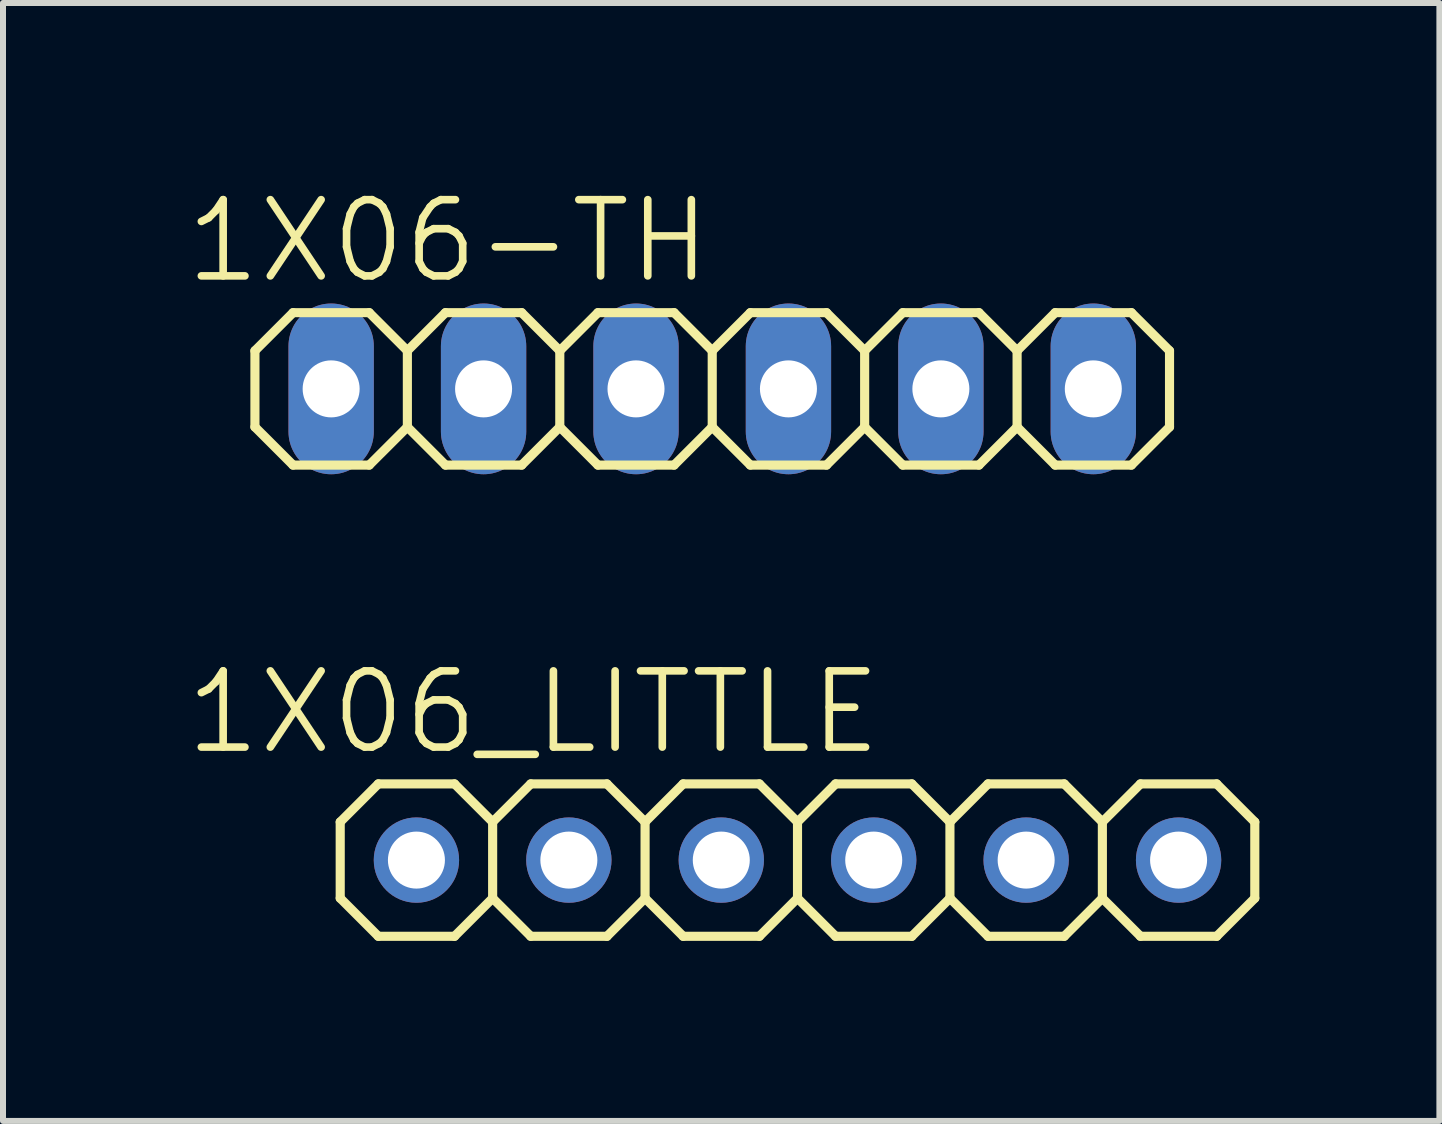
<source format=kicad_pcb>
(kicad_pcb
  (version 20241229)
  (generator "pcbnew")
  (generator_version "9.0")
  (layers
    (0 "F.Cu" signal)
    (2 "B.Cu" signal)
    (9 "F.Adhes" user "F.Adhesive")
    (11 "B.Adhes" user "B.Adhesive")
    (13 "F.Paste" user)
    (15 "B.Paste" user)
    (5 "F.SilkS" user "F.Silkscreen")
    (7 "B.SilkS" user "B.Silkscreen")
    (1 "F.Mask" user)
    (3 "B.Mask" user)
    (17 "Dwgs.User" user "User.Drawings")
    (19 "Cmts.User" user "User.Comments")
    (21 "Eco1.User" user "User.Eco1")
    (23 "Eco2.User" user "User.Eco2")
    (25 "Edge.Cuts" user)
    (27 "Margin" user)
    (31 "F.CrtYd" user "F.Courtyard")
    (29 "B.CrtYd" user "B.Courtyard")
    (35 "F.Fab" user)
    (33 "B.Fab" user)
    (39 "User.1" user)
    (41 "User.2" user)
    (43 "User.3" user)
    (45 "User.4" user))
  (footprint "1X06-TH"
    (layer "F.Cu")
    (at 8.818 3.43)
    (property "Reference" "1X06-TH" (at -4.4 -2.464 0) (layer "F.SilkS") (effects (font (size 1.27 1.27) (thickness 0.127))))
    (attr through_hole)
    (fp_line (start -7.62 -0.635) (end -7.62 0.635) (stroke (width 0.152) (type solid)) (layer "F.SilkS"))
    (fp_line (start -7.62 0.635) (end -6.985 1.27) (stroke (width 0.152) (type solid)) (layer "F.SilkS"))
    (fp_line (start -6.985 -1.27) (end -7.62 -0.635) (stroke (width 0.152) (type solid)) (layer "F.SilkS"))
    (fp_line (start -6.985 -1.27) (end -5.715 -1.27) (stroke (width 0.152) (type solid)) (layer "F.SilkS"))
    (fp_line (start -5.715 -1.27) (end -5.08 -0.635) (stroke (width 0.152) (type solid)) (layer "F.SilkS"))
    (fp_line (start -5.715 1.27) (end -6.985 1.27) (stroke (width 0.152) (type solid)) (layer "F.SilkS"))
    (fp_line (start -5.08 -0.635) (end -5.08 0.635) (stroke (width 0.152) (type solid)) (layer "F.SilkS"))
    (fp_line (start -5.08 -0.635) (end -4.445 -1.27) (stroke (width 0.152) (type solid)) (layer "F.SilkS"))
    (fp_line (start -5.08 0.635) (end -5.715 1.27) (stroke (width 0.152) (type solid)) (layer "F.SilkS"))
    (fp_line (start -4.445 -1.27) (end -3.175 -1.27) (stroke (width 0.152) (type solid)) (layer "F.SilkS"))
    (fp_line (start -4.445 1.27) (end -5.08 0.635) (stroke (width 0.152) (type solid)) (layer "F.SilkS"))
    (fp_line (start -3.175 -1.27) (end -2.54 -0.635) (stroke (width 0.152) (type solid)) (layer "F.SilkS"))
    (fp_line (start -3.175 1.27) (end -4.445 1.27) (stroke (width 0.152) (type solid)) (layer "F.SilkS"))
    (fp_line (start -2.54 -0.635) (end -2.54 0.635) (stroke (width 0.152) (type solid)) (layer "F.SilkS"))
    (fp_line (start -2.54 -0.635) (end -1.905 -1.27) (stroke (width 0.152) (type solid)) (layer "F.SilkS"))
    (fp_line (start -2.54 0.635) (end -3.175 1.27) (stroke (width 0.152) (type solid)) (layer "F.SilkS"))
    (fp_line (start -1.905 -1.27) (end -0.635 -1.27) (stroke (width 0.152) (type solid)) (layer "F.SilkS"))
    (fp_line (start -1.905 1.27) (end -2.54 0.635) (stroke (width 0.152) (type solid)) (layer "F.SilkS"))
    (fp_line (start -0.635 -1.27) (end 0 -0.635) (stroke (width 0.152) (type solid)) (layer "F.SilkS"))
    (fp_line (start -0.635 1.27) (end -1.905 1.27) (stroke (width 0.152) (type solid)) (layer "F.SilkS"))
    (fp_line (start 0 -0.635) (end 0 0.635) (stroke (width 0.152) (type solid)) (layer "F.SilkS"))
    (fp_line (start 0 0.635) (end -0.635 1.27) (stroke (width 0.152) (type solid)) (layer "F.SilkS"))
    (fp_line (start 0 0.635) (end 0.635 1.27) (stroke (width 0.152) (type solid)) (layer "F.SilkS"))
    (fp_line (start 0.635 -1.27) (end 0 -0.635) (stroke (width 0.152) (type solid)) (layer "F.SilkS"))
    (fp_line (start 0.635 -1.27) (end 1.905 -1.27) (stroke (width 0.152) (type solid)) (layer "F.SilkS"))
    (fp_line (start 1.905 -1.27) (end 2.54 -0.635) (stroke (width 0.152) (type solid)) (layer "F.SilkS"))
    (fp_line (start 1.905 1.27) (end 0.635 1.27) (stroke (width 0.152) (type solid)) (layer "F.SilkS"))
    (fp_line (start 2.54 -0.635) (end 2.54 0.635) (stroke (width 0.152) (type solid)) (layer "F.SilkS"))
    (fp_line (start 2.54 -0.635) (end 3.175 -1.27) (stroke (width 0.152) (type solid)) (layer "F.SilkS"))
    (fp_line (start 2.54 0.635) (end 1.905 1.27) (stroke (width 0.152) (type solid)) (layer "F.SilkS"))
    (fp_line (start 3.175 -1.27) (end 4.445 -1.27) (stroke (width 0.152) (type solid)) (layer "F.SilkS"))
    (fp_line (start 3.175 1.27) (end 2.54 0.635) (stroke (width 0.152) (type solid)) (layer "F.SilkS"))
    (fp_line (start 4.445 -1.27) (end 5.08 -0.635) (stroke (width 0.152) (type solid)) (layer "F.SilkS"))
    (fp_line (start 4.445 1.27) (end 3.175 1.27) (stroke (width 0.152) (type solid)) (layer "F.SilkS"))
    (fp_line (start 5.08 -0.635) (end 5.08 0.635) (stroke (width 0.152) (type solid)) (layer "F.SilkS"))
    (fp_line (start 5.08 0.635) (end 4.445 1.27) (stroke (width 0.152) (type solid)) (layer "F.SilkS"))
    (fp_line (start 5.08 0.635) (end 5.715 1.27) (stroke (width 0.152) (type solid)) (layer "F.SilkS"))
    (fp_line (start 5.715 -1.27) (end 5.08 -0.635) (stroke (width 0.152) (type solid)) (layer "F.SilkS"))
    (fp_line (start 5.715 -1.27) (end 6.985 -1.27) (stroke (width 0.152) (type solid)) (layer "F.SilkS"))
    (fp_line (start 6.985 -1.27) (end 7.62 -0.635) (stroke (width 0.152) (type solid)) (layer "F.SilkS"))
    (fp_line (start 6.985 1.27) (end 5.715 1.27) (stroke (width 0.152) (type solid)) (layer "F.SilkS"))
    (fp_line (start 7.62 -0.635) (end 7.62 0.635) (stroke (width 0.152) (type solid)) (layer "F.SilkS"))
    (fp_line (start 7.62 0.635) (end 6.985 1.27) (stroke (width 0.152) (type solid)) (layer "F.SilkS"))
    (fp_poly (pts (xy -6.604 -0.254) (xy -6.096 -0.254) (xy -6.096 0.254) (xy -6.604 0.254)) (stroke (width 0.1) (type solid)) (fill no) (layer "F.Fab"))
    (fp_poly (pts (xy -4.064 -0.254) (xy -3.556 -0.254) (xy -3.556 0.254) (xy -4.064 0.254)) (stroke (width 0.1) (type solid)) (fill no) (layer "F.Fab"))
    (fp_poly (pts (xy -1.524 -0.254) (xy -1.016 -0.254) (xy -1.016 0.254) (xy -1.524 0.254)) (stroke (width 0.1) (type solid)) (fill no) (layer "F.Fab"))
    (fp_poly (pts (xy 1.016 -0.254) (xy 1.524 -0.254) (xy 1.524 0.254) (xy 1.016 0.254)) (stroke (width 0.1) (type solid)) (fill no) (layer "F.Fab"))
    (fp_poly (pts (xy 3.556 -0.254) (xy 4.064 -0.254) (xy 4.064 0.254) (xy 3.556 0.254)) (stroke (width 0.1) (type solid)) (fill no) (layer "F.Fab"))
    (fp_poly (pts (xy 6.096 -0.254) (xy 6.604 -0.254) (xy 6.604 0.254) (xy 6.096 0.254)) (stroke (width 0.1) (type solid)) (fill no) (layer "F.Fab"))
    (pad "1" thru_hole oval (at -6.35 0) (size 1.422 2.845) (drill 0.95) (layers "*.Cu" "*.Mask"))
    (pad "2" thru_hole oval (at -3.81 0) (size 1.422 2.845) (drill 0.95) (layers "*.Cu" "*.Mask"))
    (pad "3" thru_hole oval (at -1.27 0) (size 1.422 2.845) (drill 0.95) (layers "*.Cu" "*.Mask"))
    (pad "4" thru_hole oval (at 1.27 0) (size 1.422 2.845) (drill 0.95) (layers "*.Cu" "*.Mask"))
    (pad "5" thru_hole oval (at 3.81 0) (size 1.422 2.845) (drill 0.95) (layers "*.Cu" "*.Mask"))
    (pad "6" thru_hole oval (at 6.35 0) (size 1.422 2.845) (drill 0.95) (layers "*.Cu" "*.Mask")))
  (footprint "1X06_LITTLE"
    (layer "F.Cu")
    (at 10.239 11.282)
    (property "Reference" "1X06_LITTLE" (at -4.4 -2.464 0) (layer "F.SilkS") (effects (font (size 1.27 1.27) (thickness 0.127))))
    (attr through_hole)
    (fp_line (start -7.62 -0.635) (end -7.62 0.635) (stroke (width 0.152) (type solid)) (layer "F.SilkS"))
    (fp_line (start -7.62 0.635) (end -6.985 1.27) (stroke (width 0.152) (type solid)) (layer "F.SilkS"))
    (fp_line (start -6.985 -1.27) (end -7.62 -0.635) (stroke (width 0.152) (type solid)) (layer "F.SilkS"))
    (fp_line (start -6.985 -1.27) (end -5.715 -1.27) (stroke (width 0.152) (type solid)) (layer "F.SilkS"))
    (fp_line (start -5.715 -1.27) (end -5.08 -0.635) (stroke (width 0.152) (type solid)) (layer "F.SilkS"))
    (fp_line (start -5.715 1.27) (end -6.985 1.27) (stroke (width 0.152) (type solid)) (layer "F.SilkS"))
    (fp_line (start -5.08 -0.635) (end -5.08 0.635) (stroke (width 0.152) (type solid)) (layer "F.SilkS"))
    (fp_line (start -5.08 -0.635) (end -4.445 -1.27) (stroke (width 0.152) (type solid)) (layer "F.SilkS"))
    (fp_line (start -5.08 0.635) (end -5.715 1.27) (stroke (width 0.152) (type solid)) (layer "F.SilkS"))
    (fp_line (start -4.445 -1.27) (end -3.175 -1.27) (stroke (width 0.152) (type solid)) (layer "F.SilkS"))
    (fp_line (start -4.445 1.27) (end -5.08 0.635) (stroke (width 0.152) (type solid)) (layer "F.SilkS"))
    (fp_line (start -3.175 -1.27) (end -2.54 -0.635) (stroke (width 0.152) (type solid)) (layer "F.SilkS"))
    (fp_line (start -3.175 1.27) (end -4.445 1.27) (stroke (width 0.152) (type solid)) (layer "F.SilkS"))
    (fp_line (start -2.54 -0.635) (end -2.54 0.635) (stroke (width 0.152) (type solid)) (layer "F.SilkS"))
    (fp_line (start -2.54 -0.635) (end -1.905 -1.27) (stroke (width 0.152) (type solid)) (layer "F.SilkS"))
    (fp_line (start -2.54 0.635) (end -3.175 1.27) (stroke (width 0.152) (type solid)) (layer "F.SilkS"))
    (fp_line (start -1.905 -1.27) (end -0.635 -1.27) (stroke (width 0.152) (type solid)) (layer "F.SilkS"))
    (fp_line (start -1.905 1.27) (end -2.54 0.635) (stroke (width 0.152) (type solid)) (layer "F.SilkS"))
    (fp_line (start -0.635 -1.27) (end 0 -0.635) (stroke (width 0.152) (type solid)) (layer "F.SilkS"))
    (fp_line (start -0.635 1.27) (end -1.905 1.27) (stroke (width 0.152) (type solid)) (layer "F.SilkS"))
    (fp_line (start 0 -0.635) (end 0 0.635) (stroke (width 0.152) (type solid)) (layer "F.SilkS"))
    (fp_line (start 0 0.635) (end -0.635 1.27) (stroke (width 0.152) (type solid)) (layer "F.SilkS"))
    (fp_line (start 0 0.635) (end 0.635 1.27) (stroke (width 0.152) (type solid)) (layer "F.SilkS"))
    (fp_line (start 0.635 -1.27) (end 0 -0.635) (stroke (width 0.152) (type solid)) (layer "F.SilkS"))
    (fp_line (start 0.635 -1.27) (end 1.905 -1.27) (stroke (width 0.152) (type solid)) (layer "F.SilkS"))
    (fp_line (start 1.905 -1.27) (end 2.54 -0.635) (stroke (width 0.152) (type solid)) (layer "F.SilkS"))
    (fp_line (start 1.905 1.27) (end 0.635 1.27) (stroke (width 0.152) (type solid)) (layer "F.SilkS"))
    (fp_line (start 2.54 -0.635) (end 2.54 0.635) (stroke (width 0.152) (type solid)) (layer "F.SilkS"))
    (fp_line (start 2.54 -0.635) (end 3.175 -1.27) (stroke (width 0.152) (type solid)) (layer "F.SilkS"))
    (fp_line (start 2.54 0.635) (end 1.905 1.27) (stroke (width 0.152) (type solid)) (layer "F.SilkS"))
    (fp_line (start 3.175 -1.27) (end 4.445 -1.27) (stroke (width 0.152) (type solid)) (layer "F.SilkS"))
    (fp_line (start 3.175 1.27) (end 2.54 0.635) (stroke (width 0.152) (type solid)) (layer "F.SilkS"))
    (fp_line (start 4.445 -1.27) (end 5.08 -0.635) (stroke (width 0.152) (type solid)) (layer "F.SilkS"))
    (fp_line (start 4.445 1.27) (end 3.175 1.27) (stroke (width 0.152) (type solid)) (layer "F.SilkS"))
    (fp_line (start 5.08 -0.635) (end 5.08 0.635) (stroke (width 0.152) (type solid)) (layer "F.SilkS"))
    (fp_line (start 5.08 0.635) (end 4.445 1.27) (stroke (width 0.152) (type solid)) (layer "F.SilkS"))
    (fp_line (start 5.08 0.635) (end 5.715 1.27) (stroke (width 0.152) (type solid)) (layer "F.SilkS"))
    (fp_line (start 5.715 -1.27) (end 5.08 -0.635) (stroke (width 0.152) (type solid)) (layer "F.SilkS"))
    (fp_line (start 5.715 -1.27) (end 6.985 -1.27) (stroke (width 0.152) (type solid)) (layer "F.SilkS"))
    (fp_line (start 6.985 -1.27) (end 7.62 -0.635) (stroke (width 0.152) (type solid)) (layer "F.SilkS"))
    (fp_line (start 6.985 1.27) (end 5.715 1.27) (stroke (width 0.152) (type solid)) (layer "F.SilkS"))
    (fp_line (start 7.62 -0.635) (end 7.62 0.635) (stroke (width 0.152) (type solid)) (layer "F.SilkS"))
    (fp_line (start 7.62 0.635) (end 6.985 1.27) (stroke (width 0.152) (type solid)) (layer "F.SilkS"))
    (fp_poly (pts (xy -6.604 -0.254) (xy -6.096 -0.254) (xy -6.096 0.254) (xy -6.604 0.254)) (stroke (width 0.1) (type solid)) (fill no) (layer "F.Fab"))
    (fp_poly (pts (xy -4.064 -0.254) (xy -3.556 -0.254) (xy -3.556 0.254) (xy -4.064 0.254)) (stroke (width 0.1) (type solid)) (fill no) (layer "F.Fab"))
    (fp_poly (pts (xy -1.524 -0.254) (xy -1.016 -0.254) (xy -1.016 0.254) (xy -1.524 0.254)) (stroke (width 0.1) (type solid)) (fill no) (layer "F.Fab"))
    (fp_poly (pts (xy 1.016 -0.254) (xy 1.524 -0.254) (xy 1.524 0.254) (xy 1.016 0.254)) (stroke (width 0.1) (type solid)) (fill no) (layer "F.Fab"))
    (fp_poly (pts (xy 3.556 -0.254) (xy 4.064 -0.254) (xy 4.064 0.254) (xy 3.556 0.254)) (stroke (width 0.1) (type solid)) (fill no) (layer "F.Fab"))
    (fp_poly (pts (xy 6.096 -0.254) (xy 6.604 -0.254) (xy 6.604 0.254) (xy 6.096 0.254)) (stroke (width 0.1) (type solid)) (fill no) (layer "F.Fab"))
    (pad "1" thru_hole circle (at -6.35 0) (size 1.422 1.422) (drill 0.95) (layers "*.Cu" "*.Mask"))
    (pad "2" thru_hole circle (at -3.81 0) (size 1.422 1.422) (drill 0.95) (layers "*.Cu" "*.Mask"))
    (pad "3" thru_hole circle (at -1.27 0) (size 1.422 1.422) (drill 0.95) (layers "*.Cu" "*.Mask"))
    (pad "4" thru_hole circle (at 1.27 0) (size 1.422 1.422) (drill 0.95) (layers "*.Cu" "*.Mask"))
    (pad "5" thru_hole circle (at 3.81 0) (size 1.422 1.422) (drill 0.95) (layers "*.Cu" "*.Mask"))
    (pad "6" thru_hole circle (at 6.35 0) (size 1.422 1.422) (drill 0.95) (layers "*.Cu" "*.Mask")))
  (gr_rect
    (start -3 -3)
    (end 20.935 15.628)
    (stroke (width 0.1) (type default))
    (fill no)
    (layer "Edge.Cuts")))
</source>
